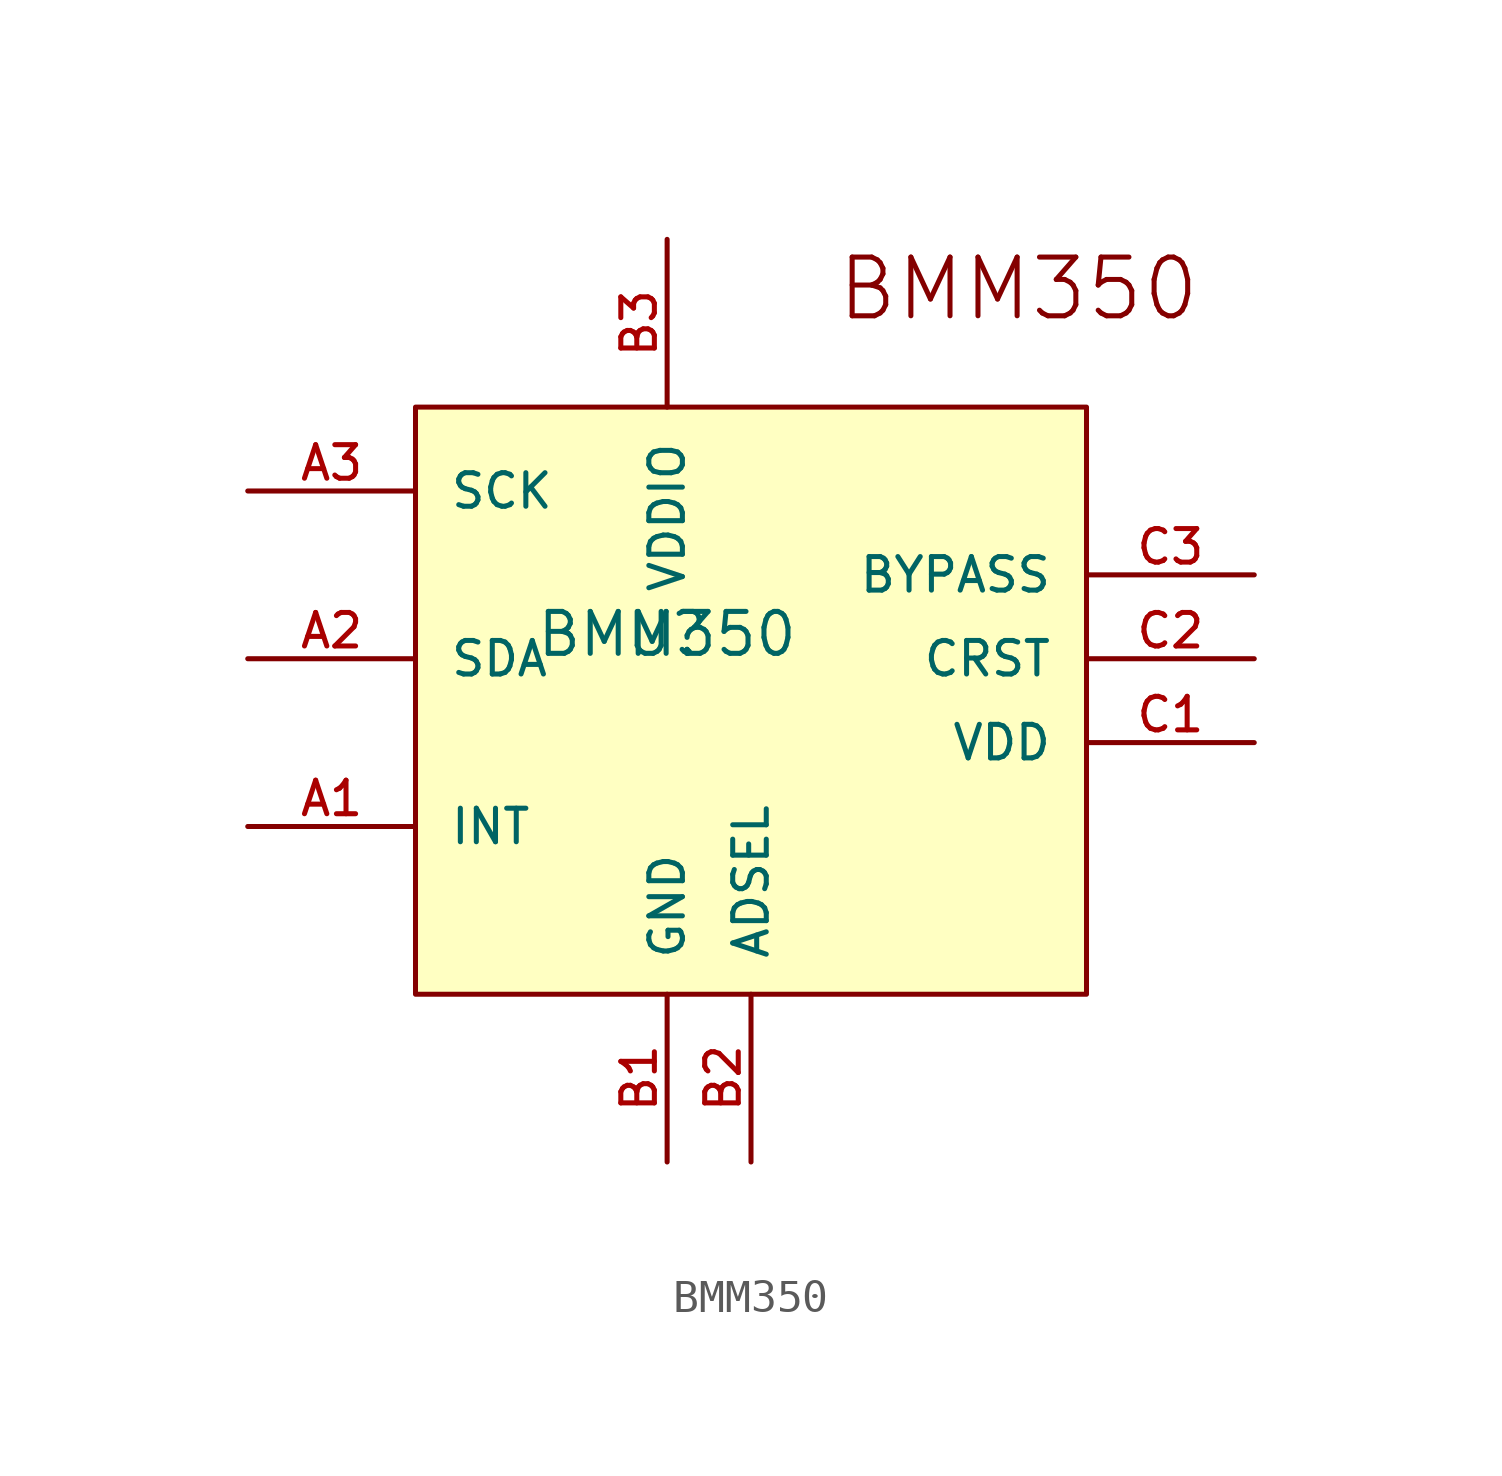
<source format=kicad_sym>
(kicad_symbol_lib
  (version 20241209)
  (generator "kicad_symbol_editor")
  (generator_version "9.0")
  (symbol "BMM350"
    (pin_names
      (offset 1.016))
    (property "Reference" "U"
      (at 0 0 0)
      (effects (font (size 1.27 1.27)) (justify bottom)))
    (property "Value" "BMM350"
      (at 0 0 0)
      (effects (font (size 1.27 1.27)) (justify bottom)))
    (symbol "BMM350_0_0"
      (rectangle (start -7.62 -10.16) (end 12.7 7.62) (stroke (width 0.152) (type default)) (fill (type background)))
      (text "BMM350" (at 5.08 10.16 0) (effects (font (size 1.778 1.778)) (justify left bottom)))
      (pin bidirectional line (at -12.7 5.08 0) (length 5.08) (name "SCK" (effects (font (size 1.016 1.016)))) (number "A3" (effects (font (size 1.016 1.016)))))
      (pin bidirectional line (at -12.7 0 0) (length 5.08) (name "SDA" (effects (font (size 1.016 1.016)))) (number "A2" (effects (font (size 1.016 1.016)))))
      (pin bidirectional line (at -12.7 -5.08 0) (length 5.08) (name "INT" (effects (font (size 1.016 1.016)))) (number "A1" (effects (font (size 1.016 1.016)))))
      (pin bidirectional line (at 0 12.7 270) (length 5.08) (name "VDDIO" (effects (font (size 1.016 1.016)))) (number "B3" (effects (font (size 1.016 1.016)))))
      (pin bidirectional line (at 0 -15.24 90) (length 5.08) (name "GND" (effects (font (size 1.016 1.016)))) (number "B1" (effects (font (size 1.016 1.016)))))
      (pin bidirectional line (at 2.54 -15.24 90) (length 5.08) (name "ADSEL" (effects (font (size 1.016 1.016)))) (number "B2" (effects (font (size 1.016 1.016)))))
      (pin bidirectional line (at 17.78 2.54 180) (length 5.08) (name "BYPASS" (effects (font (size 1.016 1.016)))) (number "C3" (effects (font (size 1.016 1.016)))))
      (pin bidirectional line (at 17.78 0 180) (length 5.08) (name "CRST" (effects (font (size 1.016 1.016)))) (number "C2" (effects (font (size 1.016 1.016)))))
      (pin bidirectional line (at 17.78 -2.54 180) (length 5.08) (name "VDD" (effects (font (size 1.016 1.016)))) (number "C1" (effects (font (size 1.016 1.016))))))))
</source>
